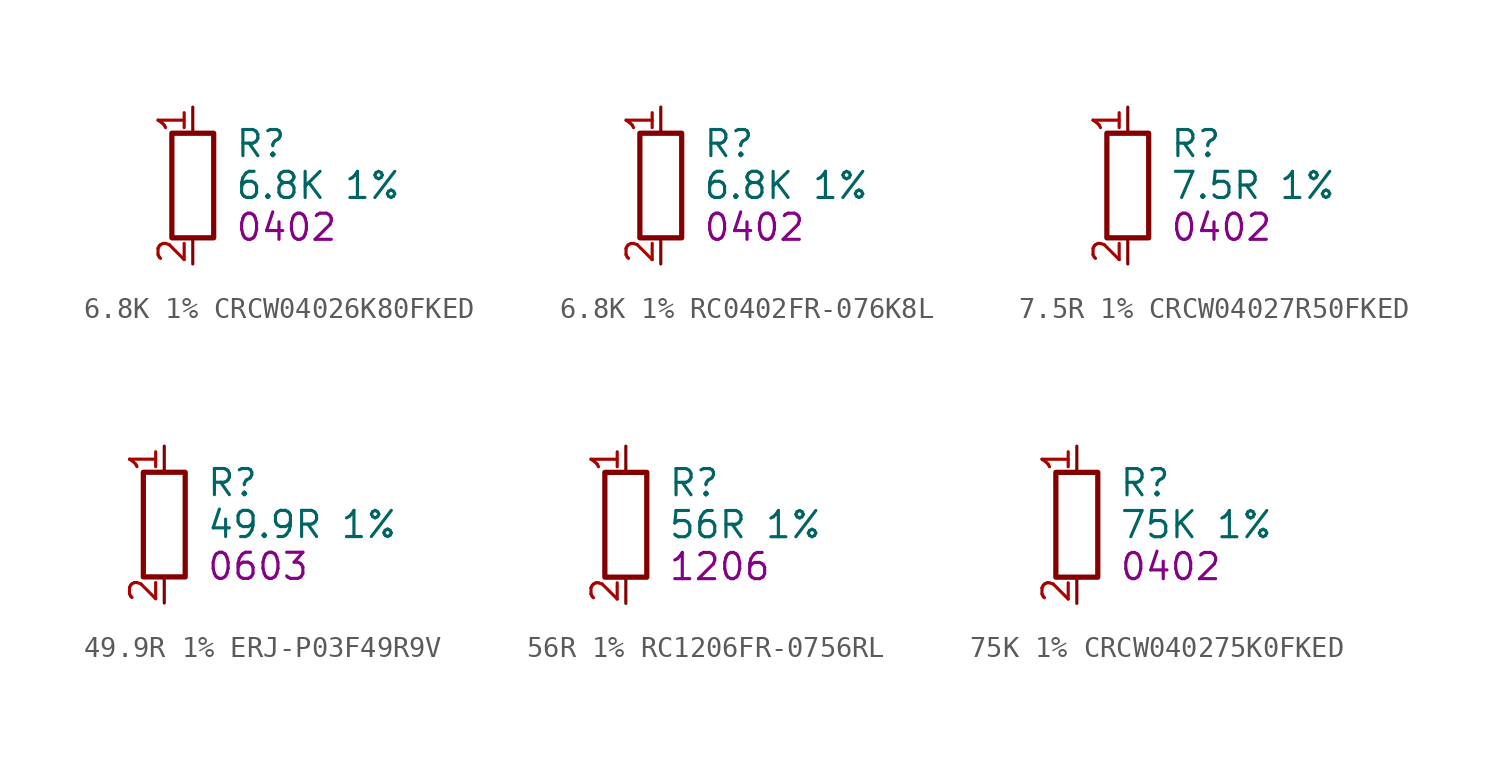
<source format=kicad_sym>
(kicad_symbol_lib
  (version 20241209)
  (generator "dmtdb")
  (generator_version "1.0")
  (symbol "6.8K 1% CRCW04026K80FKED"
    (property "Reference" "R"
      (at 2.032 2.032 0)
      (effects (font (size 1.27 1.27)) (justify left)))
    (property "Value" "6.8K 1%"
      (at 2.032 0 0)
      (effects (font (size 1.27 1.27)) (justify left)))
    (property "FOOTPRINT_SHORT" "0402"
      (at 2.032 -2.032 0)
      (effects (font (size 1.27 1.27)) (justify left)))
    (symbol "6.8K 1% CRCW04026K80FKED_0_1"
      (rectangle (start -1.016 2.54) (end 1.016 -2.54) (stroke (width 0.254) (type default)) (fill (type none))))
    (symbol "6.8K 1% CRCW04026K80FKED_1_1"
      (pin passive line (at 0 3.81 270) (length 1.27) (name "~" (effects (font (size 1.27 1.27)))) (number "1" (effects (font (size 1.27 1.27)))))
      (pin passive line (at 0 -3.81 90) (length 1.27) (name "~" (effects (font (size 1.27 1.27)))) (number "2" (effects (font (size 1.27 1.27)))))))
  (symbol "6.8K 1% RC0402FR-076K8L"
    (property "Reference" "R"
      (at 2.032 2.032 0)
      (effects (font (size 1.27 1.27)) (justify left)))
    (property "Value" "6.8K 1%"
      (at 2.032 0 0)
      (effects (font (size 1.27 1.27)) (justify left)))
    (property "FOOTPRINT_SHORT" "0402"
      (at 2.032 -2.032 0)
      (effects (font (size 1.27 1.27)) (justify left)))
    (symbol "6.8K 1% RC0402FR-076K8L_0_1"
      (rectangle (start -1.016 2.54) (end 1.016 -2.54) (stroke (width 0.254) (type default)) (fill (type none))))
    (symbol "6.8K 1% RC0402FR-076K8L_1_1"
      (pin passive line (at 0 3.81 270) (length 1.27) (name "~" (effects (font (size 1.27 1.27)))) (number "1" (effects (font (size 1.27 1.27)))))
      (pin passive line (at 0 -3.81 90) (length 1.27) (name "~" (effects (font (size 1.27 1.27)))) (number "2" (effects (font (size 1.27 1.27)))))))
  (symbol "7.5R 1% CRCW04027R50FKED"
    (property "Reference" "R"
      (at 2.032 2.032 0)
      (effects (font (size 1.27 1.27)) (justify left)))
    (property "Value" "7.5R 1%"
      (at 2.032 0 0)
      (effects (font (size 1.27 1.27)) (justify left)))
    (property "FOOTPRINT_SHORT" "0402"
      (at 2.032 -2.032 0)
      (effects (font (size 1.27 1.27)) (justify left)))
    (symbol "7.5R 1% CRCW04027R50FKED_0_1"
      (rectangle (start -1.016 2.54) (end 1.016 -2.54) (stroke (width 0.254) (type default)) (fill (type none))))
    (symbol "7.5R 1% CRCW04027R50FKED_1_1"
      (pin passive line (at 0 3.81 270) (length 1.27) (name "~" (effects (font (size 1.27 1.27)))) (number "1" (effects (font (size 1.27 1.27)))))
      (pin passive line (at 0 -3.81 90) (length 1.27) (name "~" (effects (font (size 1.27 1.27)))) (number "2" (effects (font (size 1.27 1.27)))))))
  (symbol "49.9R 1% ERJ-P03F49R9V"
    (property "Reference" "R"
      (at 2.032 2.032 0)
      (effects (font (size 1.27 1.27)) (justify left)))
    (property "Value" "49.9R 1%"
      (at 2.032 0 0)
      (effects (font (size 1.27 1.27)) (justify left)))
    (property "FOOTPRINT_SHORT" "0603"
      (at 2.032 -2.032 0)
      (effects (font (size 1.27 1.27)) (justify left)))
    (symbol "49.9R 1% ERJ-P03F49R9V_0_1"
      (rectangle (start -1.016 2.54) (end 1.016 -2.54) (stroke (width 0.254) (type default)) (fill (type none))))
    (symbol "49.9R 1% ERJ-P03F49R9V_1_1"
      (pin passive line (at 0 3.81 270) (length 1.27) (name "~" (effects (font (size 1.27 1.27)))) (number "1" (effects (font (size 1.27 1.27)))))
      (pin passive line (at 0 -3.81 90) (length 1.27) (name "~" (effects (font (size 1.27 1.27)))) (number "2" (effects (font (size 1.27 1.27)))))))
  (symbol "56R 1% RC1206FR-0756RL"
    (property "Reference" "R"
      (at 2.032 2.032 0)
      (effects (font (size 1.27 1.27)) (justify left)))
    (property "Value" "56R 1%"
      (at 2.032 0 0)
      (effects (font (size 1.27 1.27)) (justify left)))
    (property "FOOTPRINT_SHORT" "1206"
      (at 2.032 -2.032 0)
      (effects (font (size 1.27 1.27)) (justify left)))
    (symbol "56R 1% RC1206FR-0756RL_0_1"
      (rectangle (start -1.016 2.54) (end 1.016 -2.54) (stroke (width 0.254) (type default)) (fill (type none))))
    (symbol "56R 1% RC1206FR-0756RL_1_1"
      (pin passive line (at 0 3.81 270) (length 1.27) (name "~" (effects (font (size 1.27 1.27)))) (number "1" (effects (font (size 1.27 1.27)))))
      (pin passive line (at 0 -3.81 90) (length 1.27) (name "~" (effects (font (size 1.27 1.27)))) (number "2" (effects (font (size 1.27 1.27)))))))
  (symbol "75K 1% CRCW040275K0FKED"
    (property "Reference" "R"
      (at 2.032 2.032 0)
      (effects (font (size 1.27 1.27)) (justify left)))
    (property "Value" "75K 1%"
      (at 2.032 0 0)
      (effects (font (size 1.27 1.27)) (justify left)))
    (property "FOOTPRINT_SHORT" "0402"
      (at 2.032 -2.032 0)
      (effects (font (size 1.27 1.27)) (justify left)))
    (symbol "75K 1% CRCW040275K0FKED_0_1"
      (rectangle (start -1.016 2.54) (end 1.016 -2.54) (stroke (width 0.254) (type default)) (fill (type none))))
    (symbol "75K 1% CRCW040275K0FKED_1_1"
      (pin passive line (at 0 3.81 270) (length 1.27) (name "~" (effects (font (size 1.27 1.27)))) (number "1" (effects (font (size 1.27 1.27)))))
      (pin passive line (at 0 -3.81 90) (length 1.27) (name "~" (effects (font (size 1.27 1.27)))) (number "2" (effects (font (size 1.27 1.27))))))))
</source>
